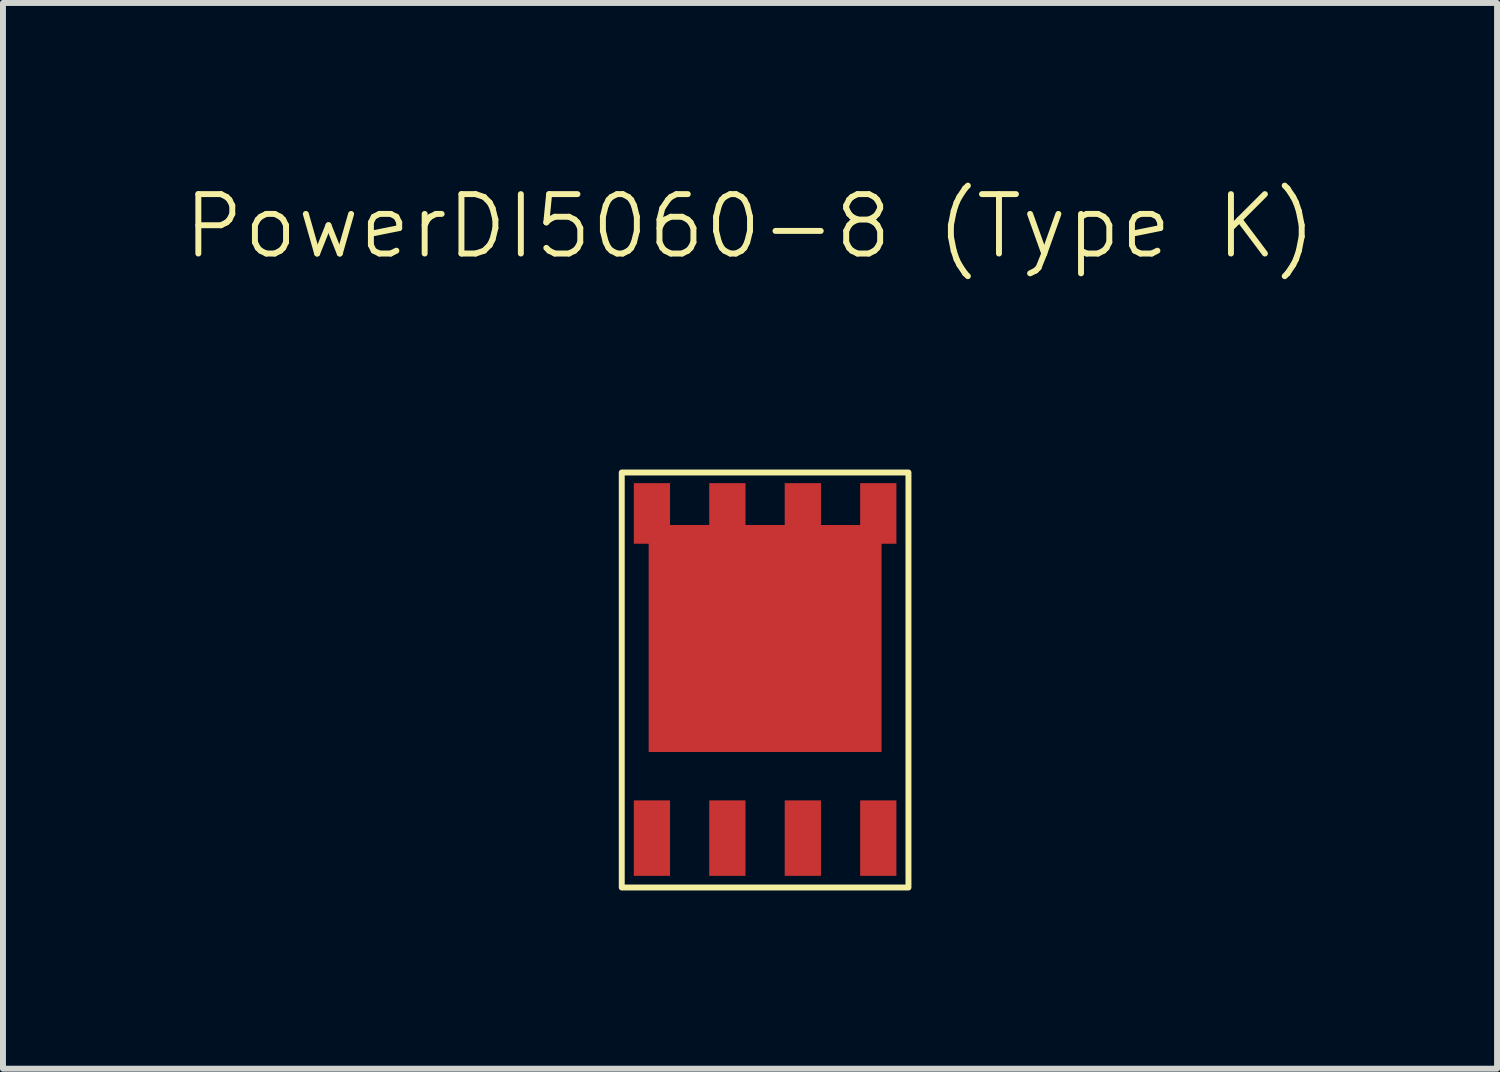
<source format=kicad_pcb>
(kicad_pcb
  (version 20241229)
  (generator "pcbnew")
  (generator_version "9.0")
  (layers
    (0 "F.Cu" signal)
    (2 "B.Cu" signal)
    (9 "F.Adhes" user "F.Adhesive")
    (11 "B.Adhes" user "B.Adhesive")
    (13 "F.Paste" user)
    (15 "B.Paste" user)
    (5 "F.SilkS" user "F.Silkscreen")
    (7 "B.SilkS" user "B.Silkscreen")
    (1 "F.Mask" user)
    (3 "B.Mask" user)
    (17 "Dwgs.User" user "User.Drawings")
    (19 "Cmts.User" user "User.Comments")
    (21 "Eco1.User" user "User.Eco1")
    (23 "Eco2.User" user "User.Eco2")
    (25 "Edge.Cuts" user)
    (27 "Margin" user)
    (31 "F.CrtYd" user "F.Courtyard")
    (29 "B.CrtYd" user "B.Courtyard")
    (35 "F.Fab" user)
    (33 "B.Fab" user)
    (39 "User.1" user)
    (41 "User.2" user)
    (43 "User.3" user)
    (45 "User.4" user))
  (footprint "PowerDI5060-8 (Type K)"
    (layer "F.Cu")
    (at 7.669 5.03)
    (property "Reference" "PowerDI5060-8 (Type K)" (at 1.905 -4.27 0) (unlocked yes) (layer "F.SilkS") (effects (font (size 1 1) (thickness 0.1))))
    (attr smd)
    (fp_rect (start -0.254 -0.127) (end 4.572 6.858) (stroke (width 0.1) (type default)) (fill no) (layer "F.SilkS"))
    (pad "1" smd rect (at 0.254 6.027) (size 0.61 1.27) (layers "F.Cu" "F.Mask" "F.Paste"))
    (pad "2" smd rect (at 1.524 6.027) (size 0.61 1.27) (layers "F.Cu" "F.Mask" "F.Paste"))
    (pad "3" smd rect (at 2.794 6.027) (size 0.61 1.27) (layers "F.Cu" "F.Mask" "F.Paste"))
    (pad "4" smd rect (at 4.064 6.027) (size 0.61 1.27) (layers "F.Cu" "F.Mask" "F.Paste"))
    (pad "5" smd custom (at 4.064 0.562) (size 0.61 1.02) (layers "F.Cu" "F.Mask" "F.Paste") (options (anchor rect)) (primitives (gr_rect (start -3.86 0.2) (end 0.05 4.01) (width 0.01) (fill yes))))
    (pad "6" smd rect (at 2.794 0.562) (size 0.61 1.02) (layers "F.Cu" "F.Mask" "F.Paste"))
    (pad "7" smd rect (at 1.524 0.562) (size 0.61 1.02) (layers "F.Cu" "F.Mask" "F.Paste"))
    (pad "8" smd rect (at 0.254 0.562) (size 0.61 1.02) (layers "F.Cu" "F.Mask" "F.Paste")))
  (gr_rect
    (start -3 -3)
    (end 22.148 14.938)
    (stroke (width 0.1) (type default))
    (fill no)
    (layer "Edge.Cuts")))
</source>
